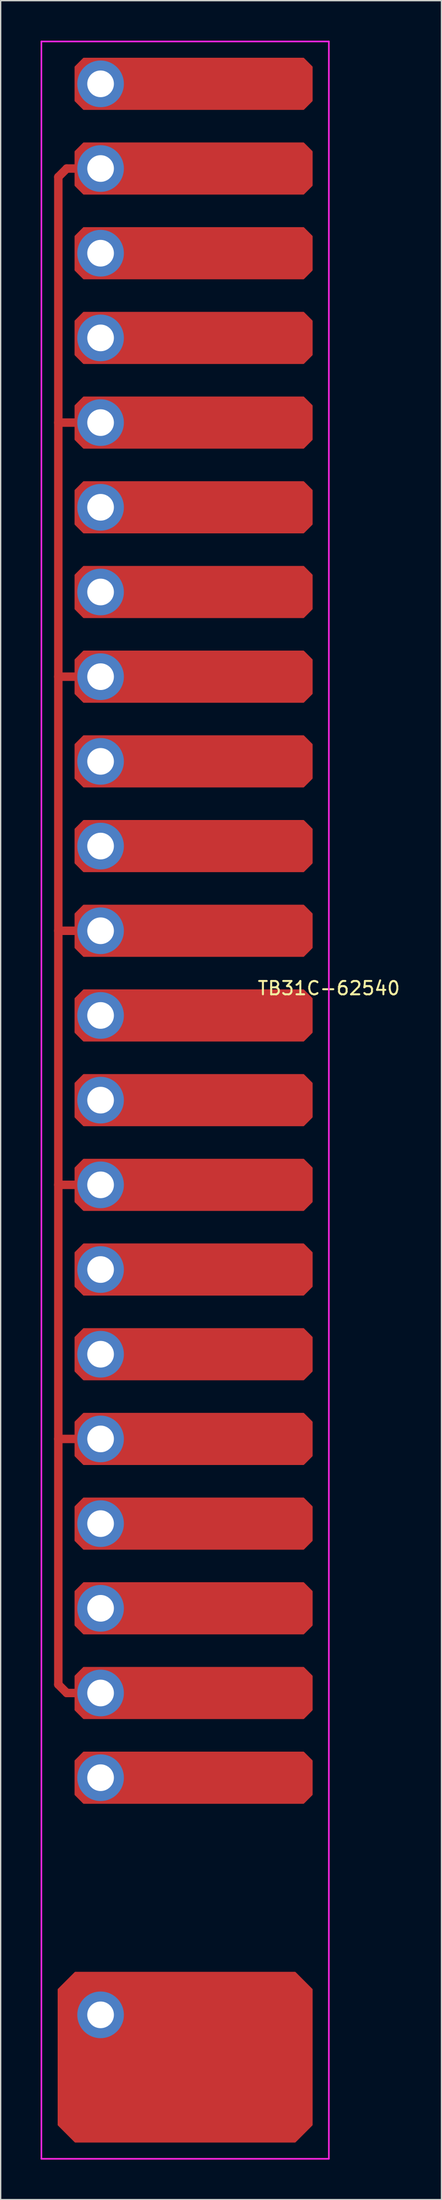
<source format=kicad_pcb>
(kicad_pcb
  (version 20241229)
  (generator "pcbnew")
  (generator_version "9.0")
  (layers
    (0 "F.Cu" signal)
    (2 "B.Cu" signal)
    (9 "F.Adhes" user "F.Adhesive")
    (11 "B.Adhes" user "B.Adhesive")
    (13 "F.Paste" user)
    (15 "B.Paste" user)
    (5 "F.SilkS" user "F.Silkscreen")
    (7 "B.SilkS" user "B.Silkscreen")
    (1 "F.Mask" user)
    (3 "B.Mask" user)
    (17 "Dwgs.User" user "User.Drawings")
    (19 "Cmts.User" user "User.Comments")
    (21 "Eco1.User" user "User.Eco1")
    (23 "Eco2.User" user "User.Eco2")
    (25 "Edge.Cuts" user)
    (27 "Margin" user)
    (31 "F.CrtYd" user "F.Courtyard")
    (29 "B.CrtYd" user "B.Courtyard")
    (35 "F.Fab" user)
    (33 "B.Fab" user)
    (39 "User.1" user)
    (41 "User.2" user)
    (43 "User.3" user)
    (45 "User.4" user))
  (footprint "TB31C-62540"
    (layer "F.Cu")
    (at 10.855 86.42)
    (property "Reference" "TB31C-62540" (at 10.795 -15.375 0) (layer "F.SilkS") (effects (font (size 1 1) (thickness 0.15))))
    (attr through_hole)
    (fp_line (start -9.525 -76.2) (end -9.525 36.83) (stroke (width 0.635) (type solid)) (layer "F.Cu"))
    (fp_line (start -9.525 -76.2) (end -8.89 -76.835) (stroke (width 0.635) (type solid)) (layer "F.Cu"))
    (fp_line (start -9.525 -57.785) (end -7.62 -57.785) (stroke (width 0.635) (type solid)) (layer "F.Cu"))
    (fp_line (start -9.525 -38.735) (end -7.62 -38.735) (stroke (width 0.635) (type solid)) (layer "F.Cu"))
    (fp_line (start -9.525 -19.685) (end -7.62 -19.685) (stroke (width 0.635) (type solid)) (layer "F.Cu"))
    (fp_line (start -9.525 -0.635) (end -7.62 -0.635) (stroke (width 0.635) (type solid)) (layer "F.Cu"))
    (fp_line (start -9.525 18.415) (end -7.62 18.415) (stroke (width 0.635) (type solid)) (layer "F.Cu"))
    (fp_line (start -9.525 36.83) (end -8.89 37.465) (stroke (width 0.635) (type solid)) (layer "F.Cu"))
    (fp_line (start -8.89 -76.835) (end -7.62 -76.835) (stroke (width 0.635) (type solid)) (layer "F.Cu"))
    (fp_line (start -8.89 37.465) (end -7.62 37.465) (stroke (width 0.635) (type solid)) (layer "F.Cu"))
    (fp_poly (pts (xy 9.525 -84.455) (xy 9.525 -81.915) (xy 8.89 -81.28) (xy -7.62 -81.28) (xy -8.255 -81.915) (xy -8.255 -84.455) (xy -7.62 -85.09) (xy 8.89 -85.09)) (stroke (width 0.1) (type solid)) (fill yes) (layer "F.Cu"))
    (fp_poly (pts (xy 9.525 -78.105) (xy 9.525 -75.565) (xy 8.89 -74.93) (xy -7.62 -74.93) (xy -8.255 -75.565) (xy -8.255 -78.105) (xy -7.62 -78.74) (xy 8.89 -78.74)) (stroke (width 0.1) (type solid)) (fill yes) (layer "F.Cu"))
    (fp_poly (pts (xy 9.525 -71.755) (xy 9.525 -69.215) (xy 8.89 -68.58) (xy -7.62 -68.58) (xy -8.255 -69.215) (xy -8.255 -71.755) (xy -7.62 -72.39) (xy 8.89 -72.39)) (stroke (width 0.1) (type solid)) (fill yes) (layer "F.Cu"))
    (fp_poly (pts (xy 9.525 -65.405) (xy 9.525 -62.865) (xy 8.89 -62.23) (xy -7.62 -62.23) (xy -8.255 -62.865) (xy -8.255 -65.405) (xy -7.62 -66.04) (xy 8.89 -66.04)) (stroke (width 0.1) (type solid)) (fill yes) (layer "F.Cu"))
    (fp_poly (pts (xy 9.525 -59.055) (xy 9.525 -56.515) (xy 8.89 -55.88) (xy -7.62 -55.88) (xy -8.255 -56.515) (xy -8.255 -59.055) (xy -7.62 -59.69) (xy 8.89 -59.69)) (stroke (width 0.1) (type solid)) (fill yes) (layer "F.Cu"))
    (fp_poly (pts (xy 9.525 -52.705) (xy 9.525 -50.165) (xy 8.89 -49.53) (xy -7.62 -49.53) (xy -8.255 -50.165) (xy -8.255 -52.705) (xy -7.62 -53.34) (xy 8.89 -53.34)) (stroke (width 0.1) (type solid)) (fill yes) (layer "F.Cu"))
    (fp_poly (pts (xy 9.525 -46.355) (xy 9.525 -43.815) (xy 8.89 -43.18) (xy -7.62 -43.18) (xy -8.255 -43.815) (xy -8.255 -46.355) (xy -7.62 -46.99) (xy 8.89 -46.99)) (stroke (width 0.1) (type solid)) (fill yes) (layer "F.Cu"))
    (fp_poly (pts (xy 9.525 -40.005) (xy 9.525 -37.465) (xy 8.89 -36.83) (xy -7.62 -36.83) (xy -8.255 -37.465) (xy -8.255 -40.005) (xy -7.62 -40.64) (xy 8.89 -40.64)) (stroke (width 0.1) (type solid)) (fill yes) (layer "F.Cu"))
    (fp_poly (pts (xy 9.525 -33.655) (xy 9.525 -31.115) (xy 8.89 -30.48) (xy -7.62 -30.48) (xy -8.255 -31.115) (xy -8.255 -33.655) (xy -7.62 -34.29) (xy 8.89 -34.29)) (stroke (width 0.1) (type solid)) (fill yes) (layer "F.Cu"))
    (fp_poly (pts (xy 9.525 -27.305) (xy 9.525 -24.765) (xy 8.89 -24.13) (xy -7.62 -24.13) (xy -8.255 -24.765) (xy -8.255 -27.305) (xy -7.62 -27.94) (xy 8.89 -27.94)) (stroke (width 0.1) (type solid)) (fill yes) (layer "F.Cu"))
    (fp_poly (pts (xy 9.525 -20.955) (xy 9.525 -18.415) (xy 8.89 -17.78) (xy -7.62 -17.78) (xy -8.255 -18.415) (xy -8.255 -20.955) (xy -7.62 -21.59) (xy 8.89 -21.59)) (stroke (width 0.1) (type solid)) (fill yes) (layer "F.Cu"))
    (fp_poly (pts (xy 9.525 -14.605) (xy 9.525 -12.065) (xy 8.89 -11.43) (xy -7.62 -11.43) (xy -8.255 -12.065) (xy -8.255 -14.605) (xy -7.62 -15.24) (xy 8.89 -15.24)) (stroke (width 0.1) (type solid)) (fill yes) (layer "F.Cu"))
    (fp_poly (pts (xy 9.525 -8.255) (xy 9.525 -5.715) (xy 8.89 -5.08) (xy -7.62 -5.08) (xy -8.255 -5.715) (xy -8.255 -8.255) (xy -7.62 -8.89) (xy 8.89 -8.89)) (stroke (width 0.1) (type solid)) (fill yes) (layer "F.Cu"))
    (fp_poly (pts (xy 9.525 -1.905) (xy 9.525 0.635) (xy 8.89 1.27) (xy -7.62 1.27) (xy -8.255 0.635) (xy -8.255 -1.905) (xy -7.62 -2.54) (xy 8.89 -2.54)) (stroke (width 0.1) (type solid)) (fill yes) (layer "F.Cu"))
    (fp_poly (pts (xy 9.525 4.445) (xy 9.525 6.985) (xy 8.89 7.62) (xy -7.62 7.62) (xy -8.255 6.985) (xy -8.255 4.445) (xy -7.62 3.81) (xy 8.89 3.81)) (stroke (width 0.1) (type solid)) (fill yes) (layer "F.Cu"))
    (fp_poly (pts (xy 9.525 10.795) (xy 9.525 13.335) (xy 8.89 13.97) (xy -7.62 13.97) (xy -8.255 13.335) (xy -8.255 10.795) (xy -7.62 10.16) (xy 8.89 10.16)) (stroke (width 0.1) (type solid)) (fill yes) (layer "F.Cu"))
    (fp_poly (pts (xy 9.525 17.145) (xy 9.525 19.685) (xy 8.89 20.32) (xy -7.62 20.32) (xy -8.255 19.685) (xy -8.255 17.145) (xy -7.62 16.51) (xy 8.89 16.51)) (stroke (width 0.1) (type solid)) (fill yes) (layer "F.Cu"))
    (fp_poly (pts (xy 9.525 23.495) (xy 9.525 26.035) (xy 8.89 26.67) (xy -7.62 26.67) (xy -8.255 26.035) (xy -8.255 23.495) (xy -7.62 22.86) (xy 8.89 22.86)) (stroke (width 0.1) (type solid)) (fill yes) (layer "F.Cu"))
    (fp_poly (pts (xy 9.525 29.845) (xy 9.525 32.385) (xy 8.89 33.02) (xy -7.62 33.02) (xy -8.255 32.385) (xy -8.255 29.845) (xy -7.62 29.21) (xy 8.89 29.21)) (stroke (width 0.1) (type solid)) (fill yes) (layer "F.Cu"))
    (fp_poly (pts (xy 9.525 36.195) (xy 9.525 38.735) (xy 8.89 39.37) (xy -7.62 39.37) (xy -8.255 38.735) (xy -8.255 36.195) (xy -7.62 35.56) (xy 8.89 35.56)) (stroke (width 0.1) (type solid)) (fill yes) (layer "F.Cu"))
    (fp_poly (pts (xy 9.525 42.545) (xy 9.525 45.085) (xy 8.89 45.72) (xy -7.62 45.72) (xy -8.255 45.085) (xy -8.255 42.545) (xy -7.62 41.91) (xy 8.89 41.91)) (stroke (width 0.1) (type solid)) (fill yes) (layer "F.Cu"))
    (fp_poly (pts (xy 9.525 59.69) (xy 9.525 69.85) (xy 8.255 71.12) (xy -8.255 71.12) (xy -9.525 69.85) (xy -9.525 59.69) (xy -8.255 58.42) (xy 8.255 58.42)) (stroke (width 0.1) (type solid)) (fill yes) (layer "F.Cu"))
    (fp_poly (pts (xy 9.335 -84.391) (xy 9.335 -81.978) (xy 8.826 -81.471) (xy -7.556 -81.471) (xy -8.065 -81.978) (xy -8.065 -84.391) (xy -7.556 -84.9) (xy 8.826 -84.9)) (stroke (width 0.1) (type solid)) (fill yes) (layer "F.Mask"))
    (fp_poly (pts (xy 9.335 -78.041) (xy 9.335 -75.629) (xy 8.826 -75.121) (xy -7.556 -75.121) (xy -8.065 -75.629) (xy -8.065 -78.041) (xy -7.556 -78.549) (xy 8.826 -78.549)) (stroke (width 0.1) (type solid)) (fill yes) (layer "F.Mask"))
    (fp_poly (pts (xy 9.335 -71.692) (xy 9.335 -69.278) (xy 8.826 -68.77) (xy -7.556 -68.77) (xy -8.065 -69.278) (xy -8.065 -71.692) (xy -7.556 -72.2) (xy 8.826 -72.2)) (stroke (width 0.1) (type solid)) (fill yes) (layer "F.Mask"))
    (fp_poly (pts (xy 9.335 -65.341) (xy 9.335 -62.928) (xy 8.826 -62.42) (xy -7.556 -62.42) (xy -8.065 -62.928) (xy -8.065 -65.341) (xy -7.556 -65.85) (xy 8.826 -65.85)) (stroke (width 0.1) (type solid)) (fill yes) (layer "F.Mask"))
    (fp_poly (pts (xy 9.335 -58.992) (xy 9.335 -56.578) (xy 8.826 -56.071) (xy -7.556 -56.071) (xy -8.065 -56.578) (xy -8.065 -58.992) (xy -7.556 -59.499) (xy 8.826 -59.499)) (stroke (width 0.1) (type solid)) (fill yes) (layer "F.Mask"))
    (fp_poly (pts (xy 9.335 -52.642) (xy 9.335 -50.228) (xy 8.826 -49.721) (xy -7.556 -49.721) (xy -8.065 -50.228) (xy -8.065 -52.642) (xy -7.556 -53.15) (xy 8.826 -53.15)) (stroke (width 0.1) (type solid)) (fill yes) (layer "F.Mask"))
    (fp_poly (pts (xy 9.335 -46.291) (xy 9.335 -43.879) (xy 8.826 -43.37) (xy -7.556 -43.37) (xy -8.065 -43.879) (xy -8.065 -46.291) (xy -7.556 -46.8) (xy 8.826 -46.8)) (stroke (width 0.1) (type solid)) (fill yes) (layer "F.Mask"))
    (fp_poly (pts (xy 9.335 -39.941) (xy 9.335 -37.529) (xy 8.826 -37.02) (xy -7.556 -37.02) (xy -8.065 -37.529) (xy -8.065 -39.941) (xy -7.556 -40.45) (xy 8.826 -40.45)) (stroke (width 0.1) (type solid)) (fill yes) (layer "F.Mask"))
    (fp_poly (pts (xy 9.335 -33.592) (xy 9.335 -31.178) (xy 8.826 -30.671) (xy -7.556 -30.671) (xy -8.065 -31.178) (xy -8.065 -33.592) (xy -7.556 -34.099) (xy 8.826 -34.099)) (stroke (width 0.1) (type solid)) (fill yes) (layer "F.Mask"))
    (fp_poly (pts (xy 9.335 -27.241) (xy 9.335 -24.828) (xy 8.826 -24.32) (xy -7.556 -24.32) (xy -8.065 -24.828) (xy -8.065 -27.241) (xy -7.556 -27.75) (xy 8.826 -27.75)) (stroke (width 0.1) (type solid)) (fill yes) (layer "F.Mask"))
    (fp_poly (pts (xy 9.335 -20.892) (xy 9.335 -18.479) (xy 8.826 -17.971) (xy -7.556 -17.971) (xy -8.065 -18.479) (xy -8.065 -20.892) (xy -7.556 -21.399) (xy 8.826 -21.399)) (stroke (width 0.1) (type solid)) (fill yes) (layer "F.Mask"))
    (fp_poly (pts (xy 9.335 -14.541) (xy 9.335 -12.129) (xy 8.826 -11.62) (xy -7.556 -11.62) (xy -8.065 -12.129) (xy -8.065 -14.541) (xy -7.556 -15.05) (xy 8.826 -15.05)) (stroke (width 0.1) (type solid)) (fill yes) (layer "F.Mask"))
    (fp_poly (pts (xy 9.335 -8.191) (xy 9.335 -5.779) (xy 8.826 -5.271) (xy -7.556 -5.271) (xy -8.065 -5.779) (xy -8.065 -8.191) (xy -7.556 -8.7) (xy 8.826 -8.7)) (stroke (width 0.1) (type solid)) (fill yes) (layer "F.Mask"))
    (fp_poly (pts (xy 9.335 -1.841) (xy 9.335 0.572) (xy 8.826 1.079) (xy -7.556 1.079) (xy -8.065 0.572) (xy -8.065 -1.841) (xy -7.556 -2.349) (xy 8.826 -2.349)) (stroke (width 0.1) (type solid)) (fill yes) (layer "F.Mask"))
    (fp_poly (pts (xy 9.335 4.508) (xy 9.335 6.921) (xy 8.826 7.429) (xy -7.556 7.429) (xy -8.065 6.921) (xy -8.065 4.508) (xy -7.556 4) (xy 8.826 4)) (stroke (width 0.1) (type solid)) (fill yes) (layer "F.Mask"))
    (fp_poly (pts (xy 9.335 10.858) (xy 9.335 13.271) (xy 8.826 13.78) (xy -7.556 13.78) (xy -8.065 13.271) (xy -8.065 10.858) (xy -7.556 10.351) (xy 8.826 10.351)) (stroke (width 0.1) (type solid)) (fill yes) (layer "F.Mask"))
    (fp_poly (pts (xy 9.335 17.209) (xy 9.335 19.622) (xy 8.826 20.13) (xy -7.556 20.13) (xy -8.065 19.622) (xy -8.065 17.209) (xy -7.556 16.701) (xy 8.826 16.701)) (stroke (width 0.1) (type solid)) (fill yes) (layer "F.Mask"))
    (fp_poly (pts (xy 9.335 23.558) (xy 9.335 25.971) (xy 8.826 26.48) (xy -7.556 26.48) (xy -8.065 25.971) (xy -8.065 23.558) (xy -7.556 23.05) (xy 8.826 23.05)) (stroke (width 0.1) (type solid)) (fill yes) (layer "F.Mask"))
    (fp_poly (pts (xy 9.335 29.909) (xy 9.335 32.322) (xy 8.826 32.83) (xy -7.556 32.83) (xy -8.065 32.322) (xy -8.065 29.909) (xy -7.556 29.401) (xy 8.826 29.401)) (stroke (width 0.1) (type solid)) (fill yes) (layer "F.Mask"))
    (fp_poly (pts (xy 9.335 36.258) (xy 9.335 38.672) (xy 8.826 39.179) (xy -7.556 39.179) (xy -8.065 38.672) (xy -8.065 36.258) (xy -7.556 35.751) (xy 8.826 35.751)) (stroke (width 0.1) (type solid)) (fill yes) (layer "F.Mask"))
    (fp_poly (pts (xy 9.335 42.608) (xy 9.335 45.022) (xy 8.826 45.529) (xy -7.556 45.529) (xy -8.065 45.022) (xy -8.065 42.608) (xy -7.556 42.1) (xy 8.826 42.1)) (stroke (width 0.1) (type solid)) (fill yes) (layer "F.Mask"))
    (fp_poly (pts (xy 9.335 59.754) (xy 9.335 69.787) (xy 8.191 70.93) (xy -8.191 70.93) (xy -9.335 69.787) (xy -9.335 59.754) (xy -8.191 58.611) (xy 8.191 58.611)) (stroke (width 0.1) (type solid)) (fill yes) (layer "F.Mask"))
    (fp_line (start -10.795 -86.36) (end -10.795 72.39) (stroke (width 0.12) (type solid)) (layer "F.CrtYd"))
    (fp_line (start -10.795 72.39) (end 10.795 72.39) (stroke (width 0.12) (type solid)) (layer "F.CrtYd"))
    (fp_line (start 10.795 -86.36) (end -10.795 -86.36) (stroke (width 0.12) (type solid)) (layer "F.CrtYd"))
    (fp_line (start 10.795 72.39) (end 10.795 -86.36) (stroke (width 0.12) (type solid)) (layer "F.CrtYd"))
    (pad "1" thru_hole circle (at -6.35 -70.485) (size 3.5 3.5) (drill 2) (layers "*.Cu" "B.Mask"))
    (pad "1" thru_hole circle (at -6.35 -51.435) (size 3.5 3.5) (drill 2) (layers "*.Cu" "B.Mask"))
    (pad "1" thru_hole circle (at -6.35 -32.385) (size 3.5 3.5) (drill 2) (layers "*.Cu" "B.Mask"))
    (pad "1" thru_hole circle (at -6.35 -13.335) (size 3.5 3.5) (drill 2) (layers "*.Cu" "B.Mask"))
    (pad "1" thru_hole circle (at -6.35 5.715) (size 3.5 3.5) (drill 2) (layers "*.Cu" "B.Mask"))
    (pad "1" thru_hole circle (at -6.35 24.765) (size 3.5 3.5) (drill 2) (layers "*.Cu" "B.Mask"))
    (pad "1" thru_hole circle (at -6.35 43.815) (size 3.5 3.5) (drill 2) (layers "*.Cu" "B.Mask"))
    (pad "2" thru_hole circle (at -6.35 -76.835) (size 3.5 3.5) (drill 2) (layers "*.Cu" "B.Mask"))
    (pad "2" thru_hole circle (at -6.35 -57.785) (size 3.5 3.5) (drill 2) (layers "*.Cu" "B.Mask"))
    (pad "2" thru_hole circle (at -6.35 -38.735) (size 3.5 3.5) (drill 2) (layers "*.Cu" "B.Mask"))
    (pad "2" thru_hole circle (at -6.35 -19.685) (size 3.5 3.5) (drill 2) (layers "*.Cu" "B.Mask"))
    (pad "2" thru_hole circle (at -6.35 -0.635) (size 3.5 3.5) (drill 2) (layers "*.Cu" "B.Mask"))
    (pad "2" thru_hole circle (at -6.35 18.415) (size 3.5 3.5) (drill 2) (layers "*.Cu" "B.Mask"))
    (pad "2" thru_hole circle (at -6.35 37.465) (size 3.5 3.5) (drill 2) (layers "*.Cu" "B.Mask"))
    (pad "3" thru_hole circle (at -6.35 -83.185) (size 3.5 3.5) (drill 2) (layers "*.Cu" "B.Mask"))
    (pad "3" thru_hole circle (at -6.35 -64.135) (size 3.5 3.5) (drill 2) (layers "*.Cu" "B.Mask"))
    (pad "3" thru_hole circle (at -6.35 -45.085) (size 3.5 3.5) (drill 2) (layers "*.Cu" "B.Mask"))
    (pad "3" thru_hole circle (at -6.35 -26.035) (size 3.5 3.5) (drill 2) (layers "*.Cu" "B.Mask"))
    (pad "3" thru_hole circle (at -6.35 -6.985) (size 3.5 3.5) (drill 2) (layers "*.Cu" "B.Mask"))
    (pad "3" thru_hole circle (at -6.35 12.065) (size 3.5 3.5) (drill 2) (layers "*.Cu" "B.Mask"))
    (pad "3" thru_hole circle (at -6.35 31.115) (size 3.5 3.5) (drill 2) (layers "*.Cu" "B.Mask"))
    (pad "4" thru_hole circle (at -6.35 61.595) (size 3.5 3.5) (drill 2) (layers "*.Cu" "B.Mask")))
  (gr_rect
    (start -3 -3)
    (end 30.108 161.87)
    (stroke (width 0.1) (type default))
    (fill no)
    (layer "Edge.Cuts")))
</source>
